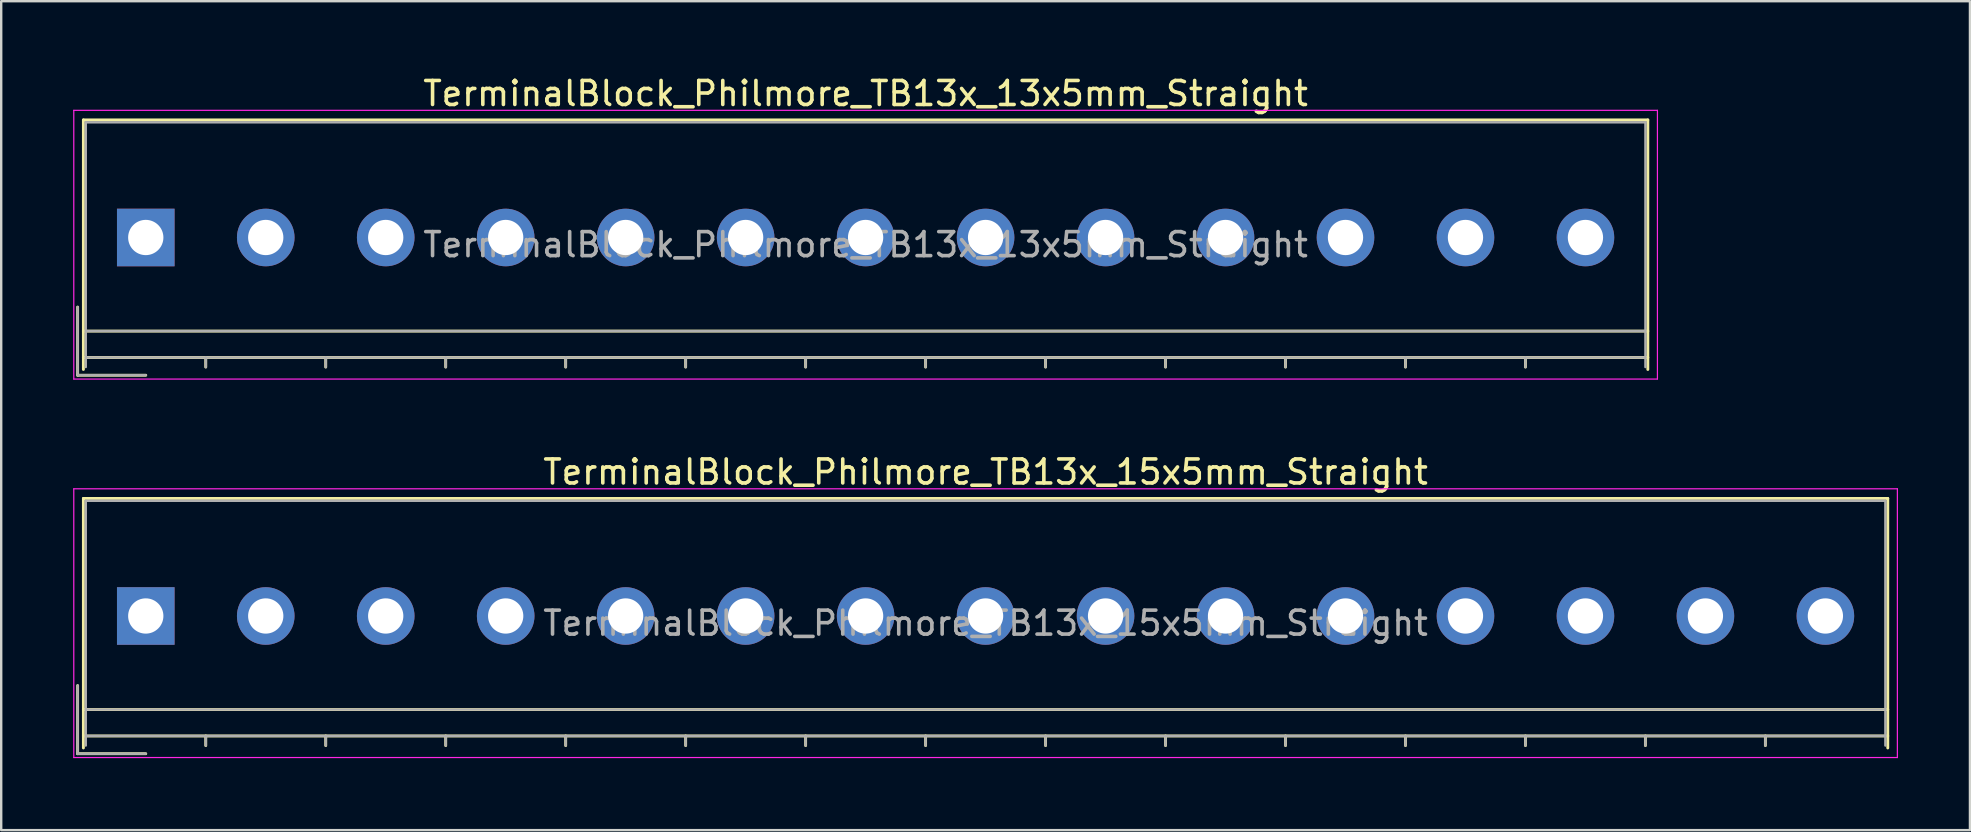
<source format=kicad_pcb>
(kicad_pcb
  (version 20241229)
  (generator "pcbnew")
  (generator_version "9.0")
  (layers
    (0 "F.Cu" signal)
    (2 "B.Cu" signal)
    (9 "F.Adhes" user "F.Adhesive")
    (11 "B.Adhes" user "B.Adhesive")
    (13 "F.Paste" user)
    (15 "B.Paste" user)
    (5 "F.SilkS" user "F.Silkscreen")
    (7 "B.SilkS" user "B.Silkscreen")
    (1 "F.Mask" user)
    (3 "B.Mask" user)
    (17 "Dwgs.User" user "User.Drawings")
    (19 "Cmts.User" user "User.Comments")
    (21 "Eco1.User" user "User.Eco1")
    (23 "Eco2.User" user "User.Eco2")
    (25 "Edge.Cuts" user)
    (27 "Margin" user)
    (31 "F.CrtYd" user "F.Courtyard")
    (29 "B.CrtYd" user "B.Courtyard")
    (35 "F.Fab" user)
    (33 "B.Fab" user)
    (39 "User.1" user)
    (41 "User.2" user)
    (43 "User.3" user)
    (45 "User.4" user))
  (footprint "TerminalBlock_Philmore_TB13x_15x5mm_Straight"
    (layer "F.Cu")
    (at 3.025 22.622)
    (property "Reference" "TerminalBlock_Philmore_TB13x_15x5mm_Straight" (at 35 -6 0) (layer "F.SilkS") (effects (font (size 1 1) (thickness 0.15))))
    (attr through_hole)
    (fp_line (start -2.84 2.9) (end -2.84 5.74) (stroke (width 0.12) (type solid)) (layer "F.SilkS"))
    (fp_line (start -2.84 5.74) (end 0 5.74) (stroke (width 0.12) (type solid)) (layer "F.SilkS"))
    (fp_line (start -2.6 -4.9) (end 72.6 -4.9) (stroke (width 0.12) (type solid)) (layer "F.SilkS"))
    (fp_line (start -2.6 3.9) (end 72.6 3.9) (stroke (width 0.12) (type solid)) (layer "F.SilkS"))
    (fp_line (start -2.6 5) (end 72.6 5) (stroke (width 0.12) (type solid)) (layer "F.SilkS"))
    (fp_line (start -2.6 5.5) (end -2.6 -4.9) (stroke (width 0.12) (type solid)) (layer "F.SilkS"))
    (fp_line (start 2.5 5) (end 2.5 5.4) (stroke (width 0.12) (type solid)) (layer "F.SilkS"))
    (fp_line (start 7.5 5) (end 7.5 5.4) (stroke (width 0.12) (type solid)) (layer "F.SilkS"))
    (fp_line (start 12.5 5) (end 12.5 5.4) (stroke (width 0.12) (type solid)) (layer "F.SilkS"))
    (fp_line (start 17.5 5) (end 17.5 5.4) (stroke (width 0.12) (type solid)) (layer "F.SilkS"))
    (fp_line (start 22.5 5) (end 22.5 5.4) (stroke (width 0.12) (type solid)) (layer "F.SilkS"))
    (fp_line (start 27.5 5) (end 27.5 5.4) (stroke (width 0.12) (type solid)) (layer "F.SilkS"))
    (fp_line (start 32.5 5) (end 32.5 5.4) (stroke (width 0.12) (type solid)) (layer "F.SilkS"))
    (fp_line (start 37.5 5) (end 37.5 5.4) (stroke (width 0.12) (type solid)) (layer "F.SilkS"))
    (fp_line (start 42.5 5) (end 42.5 5.4) (stroke (width 0.12) (type solid)) (layer "F.SilkS"))
    (fp_line (start 47.5 5) (end 47.5 5.4) (stroke (width 0.12) (type solid)) (layer "F.SilkS"))
    (fp_line (start 52.5 5) (end 52.5 5.4) (stroke (width 0.12) (type solid)) (layer "F.SilkS"))
    (fp_line (start 57.5 5) (end 57.5 5.4) (stroke (width 0.12) (type solid)) (layer "F.SilkS"))
    (fp_line (start 62.5 5) (end 62.5 5.4) (stroke (width 0.12) (type solid)) (layer "F.SilkS"))
    (fp_line (start 67.5 5) (end 67.5 5.4) (stroke (width 0.12) (type solid)) (layer "F.SilkS"))
    (fp_line (start 72.6 -4.9) (end 72.6 5.5) (stroke (width 0.12) (type solid)) (layer "F.SilkS"))
    (fp_line (start -3 -5.3) (end -3 5.9) (stroke (width 0.05) (type solid)) (layer "F.CrtYd"))
    (fp_line (start -3 5.9) (end 73 5.9) (stroke (width 0.05) (type solid)) (layer "F.CrtYd"))
    (fp_line (start 73 -5.3) (end -3 -5.3) (stroke (width 0.05) (type solid)) (layer "F.CrtYd"))
    (fp_line (start 73 5.9) (end 73 -5.3) (stroke (width 0.05) (type solid)) (layer "F.CrtYd"))
    (fp_line (start -2.84 2.9) (end -2.84 5.74) (stroke (width 0.1) (type solid)) (layer "F.Fab"))
    (fp_line (start -2.84 5.74) (end 0 5.74) (stroke (width 0.1) (type solid)) (layer "F.Fab"))
    (fp_line (start -2.5 -4.8) (end 72.5 -4.8) (stroke (width 0.1) (type solid)) (layer "F.Fab"))
    (fp_line (start -2.5 3.9) (end 72.5 3.9) (stroke (width 0.1) (type solid)) (layer "F.Fab"))
    (fp_line (start -2.5 5) (end 72.5 5) (stroke (width 0.1) (type solid)) (layer "F.Fab"))
    (fp_line (start -2.5 5.4) (end -2.5 -4.8) (stroke (width 0.1) (type solid)) (layer "F.Fab"))
    (fp_line (start 2.5 5) (end 2.5 5.4) (stroke (width 0.1) (type solid)) (layer "F.Fab"))
    (fp_line (start 7.5 5) (end 7.5 5.4) (stroke (width 0.1) (type solid)) (layer "F.Fab"))
    (fp_line (start 12.5 5) (end 12.5 5.4) (stroke (width 0.1) (type solid)) (layer "F.Fab"))
    (fp_line (start 17.5 5) (end 17.5 5.4) (stroke (width 0.1) (type solid)) (layer "F.Fab"))
    (fp_line (start 22.5 5) (end 22.5 5.4) (stroke (width 0.1) (type solid)) (layer "F.Fab"))
    (fp_line (start 27.5 5) (end 27.5 5.4) (stroke (width 0.1) (type solid)) (layer "F.Fab"))
    (fp_line (start 32.5 5) (end 32.5 5.4) (stroke (width 0.1) (type solid)) (layer "F.Fab"))
    (fp_line (start 37.5 5) (end 37.5 5.4) (stroke (width 0.1) (type solid)) (layer "F.Fab"))
    (fp_line (start 42.5 5) (end 42.5 5.4) (stroke (width 0.1) (type solid)) (layer "F.Fab"))
    (fp_line (start 47.5 5) (end 47.5 5.4) (stroke (width 0.1) (type solid)) (layer "F.Fab"))
    (fp_line (start 52.5 5) (end 52.5 5.4) (stroke (width 0.1) (type solid)) (layer "F.Fab"))
    (fp_line (start 57.5 5) (end 57.5 5.4) (stroke (width 0.1) (type solid)) (layer "F.Fab"))
    (fp_line (start 62.5 5) (end 62.5 5.4) (stroke (width 0.1) (type solid)) (layer "F.Fab"))
    (fp_line (start 67.5 5) (end 67.5 5.4) (stroke (width 0.1) (type solid)) (layer "F.Fab"))
    (fp_line (start 72.5 -4.8) (end 72.5 5.4) (stroke (width 0.1) (type solid)) (layer "F.Fab"))
    (fp_text user "${REFERENCE}" (at 35 0.3 0) (layer "F.Fab") (effects (font (size 1 1) (thickness 0.15))))
    (pad "1" thru_hole rect (at 0 0) (size 2.4 2.4) (drill 1.47) (layers "*.Cu" "*.Mask"))
    (pad "2" thru_hole circle (at 5 0) (size 2.4 2.4) (drill 1.47) (layers "*.Cu" "*.Mask"))
    (pad "3" thru_hole circle (at 10 0) (size 2.4 2.4) (drill 1.47) (layers "*.Cu" "*.Mask"))
    (pad "4" thru_hole circle (at 15 0) (size 2.4 2.4) (drill 1.47) (layers "*.Cu" "*.Mask"))
    (pad "5" thru_hole circle (at 20 0) (size 2.4 2.4) (drill 1.47) (layers "*.Cu" "*.Mask"))
    (pad "6" thru_hole circle (at 25 0) (size 2.4 2.4) (drill 1.47) (layers "*.Cu" "*.Mask"))
    (pad "7" thru_hole circle (at 30 0) (size 2.4 2.4) (drill 1.47) (layers "*.Cu" "*.Mask"))
    (pad "8" thru_hole circle (at 35 0) (size 2.4 2.4) (drill 1.47) (layers "*.Cu" "*.Mask"))
    (pad "9" thru_hole circle (at 40 0) (size 2.4 2.4) (drill 1.47) (layers "*.Cu" "*.Mask"))
    (pad "10" thru_hole circle (at 45 0) (size 2.4 2.4) (drill 1.47) (layers "*.Cu" "*.Mask"))
    (pad "11" thru_hole circle (at 50 0) (size 2.4 2.4) (drill 1.47) (layers "*.Cu" "*.Mask"))
    (pad "12" thru_hole circle (at 55 0) (size 2.4 2.4) (drill 1.47) (layers "*.Cu" "*.Mask"))
    (pad "13" thru_hole circle (at 60 0) (size 2.4 2.4) (drill 1.47) (layers "*.Cu" "*.Mask"))
    (pad "14" thru_hole circle (at 65 0) (size 2.4 2.4) (drill 1.47) (layers "*.Cu" "*.Mask"))
    (pad "15" thru_hole circle (at 70 0) (size 2.4 2.4) (drill 1.47) (layers "*.Cu" "*.Mask")))
  (footprint "TerminalBlock_Philmore_TB13x_13x5mm_Straight"
    (layer "F.Cu")
    (at 3.025 6.848)
    (property "Reference" "TerminalBlock_Philmore_TB13x_13x5mm_Straight" (at 30 -6 0) (layer "F.SilkS") (effects (font (size 1 1) (thickness 0.15))))
    (attr through_hole)
    (fp_line (start -2.84 2.9) (end -2.84 5.74) (stroke (width 0.12) (type solid)) (layer "F.SilkS"))
    (fp_line (start -2.84 5.74) (end 0 5.74) (stroke (width 0.12) (type solid)) (layer "F.SilkS"))
    (fp_line (start -2.6 -4.9) (end 62.6 -4.9) (stroke (width 0.12) (type solid)) (layer "F.SilkS"))
    (fp_line (start -2.6 3.9) (end 62.6 3.9) (stroke (width 0.12) (type solid)) (layer "F.SilkS"))
    (fp_line (start -2.6 5) (end 62.6 5) (stroke (width 0.12) (type solid)) (layer "F.SilkS"))
    (fp_line (start -2.6 5.5) (end -2.6 -4.9) (stroke (width 0.12) (type solid)) (layer "F.SilkS"))
    (fp_line (start 2.5 5) (end 2.5 5.4) (stroke (width 0.12) (type solid)) (layer "F.SilkS"))
    (fp_line (start 7.5 5) (end 7.5 5.4) (stroke (width 0.12) (type solid)) (layer "F.SilkS"))
    (fp_line (start 12.5 5) (end 12.5 5.4) (stroke (width 0.12) (type solid)) (layer "F.SilkS"))
    (fp_line (start 17.5 5) (end 17.5 5.4) (stroke (width 0.12) (type solid)) (layer "F.SilkS"))
    (fp_line (start 22.5 5) (end 22.5 5.4) (stroke (width 0.12) (type solid)) (layer "F.SilkS"))
    (fp_line (start 27.5 5) (end 27.5 5.4) (stroke (width 0.12) (type solid)) (layer "F.SilkS"))
    (fp_line (start 32.5 5) (end 32.5 5.4) (stroke (width 0.12) (type solid)) (layer "F.SilkS"))
    (fp_line (start 37.5 5) (end 37.5 5.4) (stroke (width 0.12) (type solid)) (layer "F.SilkS"))
    (fp_line (start 42.5 5) (end 42.5 5.4) (stroke (width 0.12) (type solid)) (layer "F.SilkS"))
    (fp_line (start 47.5 5) (end 47.5 5.4) (stroke (width 0.12) (type solid)) (layer "F.SilkS"))
    (fp_line (start 52.5 5) (end 52.5 5.4) (stroke (width 0.12) (type solid)) (layer "F.SilkS"))
    (fp_line (start 57.5 5) (end 57.5 5.4) (stroke (width 0.12) (type solid)) (layer "F.SilkS"))
    (fp_line (start 62.6 -4.9) (end 62.6 5.5) (stroke (width 0.12) (type solid)) (layer "F.SilkS"))
    (fp_line (start -3 -5.3) (end -3 5.9) (stroke (width 0.05) (type solid)) (layer "F.CrtYd"))
    (fp_line (start -3 5.9) (end 63 5.9) (stroke (width 0.05) (type solid)) (layer "F.CrtYd"))
    (fp_line (start 63 -5.3) (end -3 -5.3) (stroke (width 0.05) (type solid)) (layer "F.CrtYd"))
    (fp_line (start 63 5.9) (end 63 -5.3) (stroke (width 0.05) (type solid)) (layer "F.CrtYd"))
    (fp_line (start -2.84 2.9) (end -2.84 5.74) (stroke (width 0.1) (type solid)) (layer "F.Fab"))
    (fp_line (start -2.84 5.74) (end 0 5.74) (stroke (width 0.1) (type solid)) (layer "F.Fab"))
    (fp_line (start -2.5 -4.8) (end 62.5 -4.8) (stroke (width 0.1) (type solid)) (layer "F.Fab"))
    (fp_line (start -2.5 3.9) (end 62.5 3.9) (stroke (width 0.1) (type solid)) (layer "F.Fab"))
    (fp_line (start -2.5 5) (end 62.5 5) (stroke (width 0.1) (type solid)) (layer "F.Fab"))
    (fp_line (start -2.5 5.4) (end -2.5 -4.8) (stroke (width 0.1) (type solid)) (layer "F.Fab"))
    (fp_line (start 2.5 5) (end 2.5 5.4) (stroke (width 0.1) (type solid)) (layer "F.Fab"))
    (fp_line (start 7.5 5) (end 7.5 5.4) (stroke (width 0.1) (type solid)) (layer "F.Fab"))
    (fp_line (start 12.5 5) (end 12.5 5.4) (stroke (width 0.1) (type solid)) (layer "F.Fab"))
    (fp_line (start 17.5 5) (end 17.5 5.4) (stroke (width 0.1) (type solid)) (layer "F.Fab"))
    (fp_line (start 22.5 5) (end 22.5 5.4) (stroke (width 0.1) (type solid)) (layer "F.Fab"))
    (fp_line (start 27.5 5) (end 27.5 5.4) (stroke (width 0.1) (type solid)) (layer "F.Fab"))
    (fp_line (start 32.5 5) (end 32.5 5.4) (stroke (width 0.1) (type solid)) (layer "F.Fab"))
    (fp_line (start 37.5 5) (end 37.5 5.4) (stroke (width 0.1) (type solid)) (layer "F.Fab"))
    (fp_line (start 42.5 5) (end 42.5 5.4) (stroke (width 0.1) (type solid)) (layer "F.Fab"))
    (fp_line (start 47.5 5) (end 47.5 5.4) (stroke (width 0.1) (type solid)) (layer "F.Fab"))
    (fp_line (start 52.5 5) (end 52.5 5.4) (stroke (width 0.1) (type solid)) (layer "F.Fab"))
    (fp_line (start 57.5 5) (end 57.5 5.4) (stroke (width 0.1) (type solid)) (layer "F.Fab"))
    (fp_line (start 62.5 -4.8) (end 62.5 5.4) (stroke (width 0.1) (type solid)) (layer "F.Fab"))
    (fp_text user "${REFERENCE}" (at 30 0.3 0) (layer "F.Fab") (effects (font (size 1 1) (thickness 0.15))))
    (pad "1" thru_hole rect (at 0 0) (size 2.4 2.4) (drill 1.47) (layers "*.Cu" "*.Mask"))
    (pad "2" thru_hole circle (at 5 0) (size 2.4 2.4) (drill 1.47) (layers "*.Cu" "*.Mask"))
    (pad "3" thru_hole circle (at 10 0) (size 2.4 2.4) (drill 1.47) (layers "*.Cu" "*.Mask"))
    (pad "4" thru_hole circle (at 15 0) (size 2.4 2.4) (drill 1.47) (layers "*.Cu" "*.Mask"))
    (pad "5" thru_hole circle (at 20 0) (size 2.4 2.4) (drill 1.47) (layers "*.Cu" "*.Mask"))
    (pad "6" thru_hole circle (at 25 0) (size 2.4 2.4) (drill 1.47) (layers "*.Cu" "*.Mask"))
    (pad "7" thru_hole circle (at 30 0) (size 2.4 2.4) (drill 1.47) (layers "*.Cu" "*.Mask"))
    (pad "8" thru_hole circle (at 35 0) (size 2.4 2.4) (drill 1.47) (layers "*.Cu" "*.Mask"))
    (pad "9" thru_hole circle (at 40 0) (size 2.4 2.4) (drill 1.47) (layers "*.Cu" "*.Mask"))
    (pad "10" thru_hole circle (at 45 0) (size 2.4 2.4) (drill 1.47) (layers "*.Cu" "*.Mask"))
    (pad "11" thru_hole circle (at 50 0) (size 2.4 2.4) (drill 1.47) (layers "*.Cu" "*.Mask"))
    (pad "12" thru_hole circle (at 55 0) (size 2.4 2.4) (drill 1.47) (layers "*.Cu" "*.Mask"))
    (pad "13" thru_hole circle (at 60 0) (size 2.4 2.4) (drill 1.47) (layers "*.Cu" "*.Mask")))
  (gr_rect
    (start -3 -3)
    (end 79.05 31.547)
    (stroke (width 0.1) (type default))
    (fill no)
    (layer "Edge.Cuts")))
</source>
